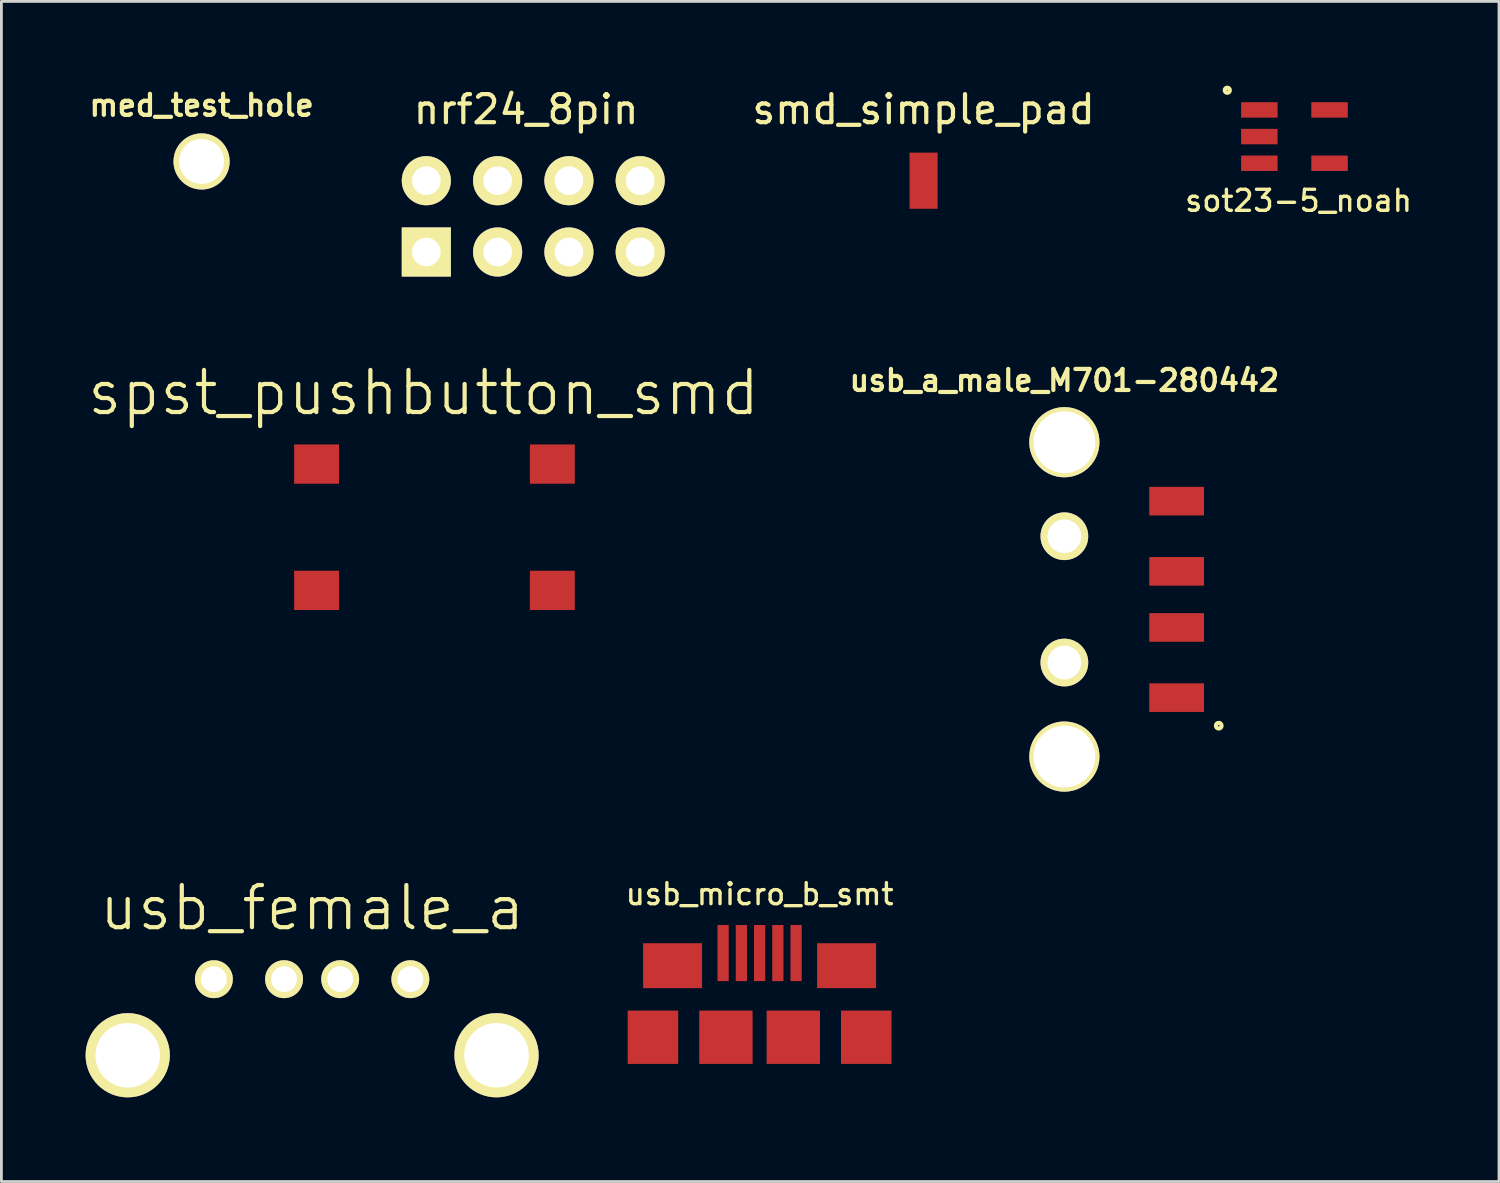
<source format=kicad_pcb>
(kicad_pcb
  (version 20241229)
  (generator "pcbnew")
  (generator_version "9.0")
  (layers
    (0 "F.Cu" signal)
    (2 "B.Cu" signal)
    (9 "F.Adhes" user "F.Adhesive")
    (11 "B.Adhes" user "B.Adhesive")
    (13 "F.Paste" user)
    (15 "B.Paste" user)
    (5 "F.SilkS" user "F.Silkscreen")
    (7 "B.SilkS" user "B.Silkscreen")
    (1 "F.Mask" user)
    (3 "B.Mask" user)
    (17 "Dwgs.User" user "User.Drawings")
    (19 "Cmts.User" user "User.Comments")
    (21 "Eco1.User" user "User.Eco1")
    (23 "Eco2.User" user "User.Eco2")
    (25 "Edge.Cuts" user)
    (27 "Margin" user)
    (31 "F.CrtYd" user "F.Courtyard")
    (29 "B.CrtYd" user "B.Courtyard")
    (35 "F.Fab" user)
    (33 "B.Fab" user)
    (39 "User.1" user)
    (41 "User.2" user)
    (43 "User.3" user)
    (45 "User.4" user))
  (footprint "usb_micro_b_smt"
    (layer "F.Cu")
    (at 24.013 33.905)
    (property "Reference" "usb_micro_b_smt" (at 0 -5.1 0) (layer "F.SilkS") (effects (font (size 0.75 0.75) (thickness 0.12))))
    (attr through_hole)
    (pad "1" smd rect (at -1.3 -3) (size 0.4 2) (layers "F.Cu" "F.Mask" "F.Paste"))
    (pad "2" smd rect (at -0.65 -3) (size 0.4 2) (layers "F.Cu" "F.Mask" "F.Paste"))
    (pad "3" smd rect (at 0 -3) (size 0.4 2) (layers "F.Cu" "F.Mask" "F.Paste"))
    (pad "4" smd rect (at 0.65 -3) (size 0.4 2) (layers "F.Cu" "F.Mask" "F.Paste"))
    (pad "5" smd rect (at 1.3 -3) (size 0.4 2) (layers "F.Cu" "F.Mask" "F.Paste"))
    (pad "6" smd rect (at -3.8 0) (size 1.8 1.9) (layers "F.Cu" "F.Mask" "F.Paste"))
    (pad "6" smd rect (at -3.1 -2.55) (size 2.1 1.6) (layers "F.Cu" "F.Mask" "F.Paste"))
    (pad "6" smd rect (at -1.2 0) (size 1.9 1.9) (layers "F.Cu" "F.Mask" "F.Paste"))
    (pad "6" smd rect (at 1.2 0) (size 1.9 1.9) (layers "F.Cu" "F.Mask" "F.Paste"))
    (pad "6" smd rect (at 3.1 -2.55) (size 2.1 1.6) (layers "F.Cu" "F.Mask" "F.Paste"))
    (pad "6" smd rect (at 3.8 0) (size 1.8 1.9) (layers "F.Cu" "F.Mask" "F.Paste")))
  (footprint "med_test_hole"
    (layer "F.Cu")
    (at 4.132 2.702)
    (property "Reference" "med_test_hole" (at 0 -2 0) (layer "F.SilkS") (effects (font (size 0.75 0.75) (thickness 0.15))))
    (attr through_hole)
    (pad "1" thru_hole circle (at 0 0) (size 2 2) (drill 1.6) (layers "*.Cu" "*.Mask" "F.SilkS")))
  (footprint "sot23-5_noah"
    (layer "F.Cu")
    (at 41.818 1.816)
    (property "Reference" "sot23-5_noah" (at 1.397 2.286 0) (layer "F.SilkS") (effects (font (size 0.75 0.75) (thickness 0.12))))
    (attr through_hole)
    (fp_circle (center -1.143 -1.651) (end -1.079 -1.587) (stroke (width 0.15) (type solid)) (fill no) (layer "F.SilkS"))
    (pad "1" smd rect (at 0 -0.95) (size 1.3 0.55) (layers "F.Cu" "F.Mask" "F.Paste"))
    (pad "2" smd rect (at 0 0) (size 1.3 0.55) (layers "F.Cu" "F.Mask" "F.Paste"))
    (pad "3" smd rect (at 0 0.95) (size 1.3 0.55) (layers "F.Cu" "F.Mask" "F.Paste"))
    (pad "4" smd rect (at 2.5 0.95) (size 1.3 0.55) (layers "F.Cu" "F.Mask" "F.Paste"))
    (pad "5" smd rect (at 2.5 -0.95) (size 1.3 0.55) (layers "F.Cu" "F.Mask" "F.Paste")))
  (footprint "spst_pushbutton_smd"
    (layer "F.Cu")
    (at 8.229 13.484)
    (property "Reference" "spst_pushbutton_smd" (at 3.81 -2.54 0) (layer "F.SilkS") (effects (font (size 1.5 1.5) (thickness 0.15))))
    (attr through_hole)
    (pad "1" smd rect (at 0 0) (size 1.6 1.4) (layers "F.Cu" "F.Mask" "F.Paste"))
    (pad "1" smd rect (at 8.4 0) (size 1.6 1.4) (layers "F.Cu" "F.Mask" "F.Paste"))
    (pad "2" smd rect (at 0 4.5) (size 1.6 1.4) (layers "F.Cu" "F.Mask" "F.Paste"))
    (pad "2" smd rect (at 8.4 4.5) (size 1.6 1.4) (layers "F.Cu" "F.Mask" "F.Paste")))
  (footprint "usb_a_male_M701-280442"
    (layer "F.Cu")
    (at 34.871 18.305)
    (property "Reference" "usb_a_male_M701-280442" (at 0 -7.8 0) (layer "F.SilkS") (effects (font (size 0.75 0.75) (thickness 0.15))))
    (attr through_hole)
    (fp_circle (center 5.5 4.5) (end 5.5 4.6) (stroke (width 0.15) (type solid)) (fill no) (layer "F.SilkS"))
    (pad "1" smd rect (at 4 3.5) (size 1.95 1.02) (layers "F.Cu" "F.Mask" "F.Paste"))
    (pad "2" smd rect (at 4 1) (size 1.95 1.02) (layers "F.Cu" "F.Mask" "F.Paste"))
    (pad "3" smd rect (at 4 -1) (size 1.95 1.02) (layers "F.Cu" "F.Mask" "F.Paste"))
    (pad "4" smd rect (at 4 -3.5) (size 1.95 1.02) (layers "F.Cu" "F.Mask" "F.Paste"))
    (pad "5" thru_hole circle (at 0 -5.6) (size 2.5 2.5) (drill 2.2) (layers "*.Cu" "*.Mask" "F.SilkS"))
    (pad "5" thru_hole circle (at 0 -2.25) (size 1.7 1.7) (drill 1.2) (layers "*.Cu" "*.Mask" "F.SilkS"))
    (pad "5" thru_hole circle (at 0 2.25) (size 1.7 1.7) (drill 1.2) (layers "*.Cu" "*.Mask" "F.SilkS"))
    (pad "5" thru_hole circle (at 0 5.6) (size 2.5 2.5) (drill 2.2) (layers "*.Cu" "*.Mask" "F.SilkS")))
  (footprint "usb_female_a"
    (layer "F.Cu")
    (at 8.07 31.836)
    (property "Reference" "usb_female_a" (at 0 -2.54 0) (layer "F.SilkS") (effects (font (size 1.5 1.5) (thickness 0.15))))
    (attr through_hole)
    (pad "1" thru_hole circle (at -3.5 0) (size 1.35 1.35) (drill 0.92) (layers "*.Cu" "*.Mask" "F.SilkS"))
    (pad "2" thru_hole circle (at -1 0) (size 1.35 1.35) (drill 0.92) (layers "*.Cu" "*.Mask" "F.SilkS"))
    (pad "3" thru_hole circle (at 1 0) (size 1.35 1.35) (drill 0.92) (layers "*.Cu" "*.Mask" "F.SilkS"))
    (pad "4" thru_hole circle (at -6.57 2.71) (size 3 3) (drill 2.3) (layers "*.Cu" "*.Mask" "F.SilkS"))
    (pad "4" thru_hole circle (at 3.5 0) (size 1.35 1.35) (drill 0.92) (layers "*.Cu" "*.Mask" "F.SilkS"))
    (pad "4" thru_hole circle (at 6.57 2.71) (size 3 3) (drill 2.3) (layers "*.Cu" "*.Mask" "F.SilkS")))
  (footprint "nrf24_8pin"
    (layer "F.Cu")
    (at 12.139 5.928)
    (property "Reference" "nrf24_8pin" (at 3.556 -5.08 0) (layer "F.SilkS") (effects (font (size 1 1) (thickness 0.15))))
    (attr through_hole)
    (pad "1" thru_hole rect (at 0 0) (size 1.75 1.75) (drill 1.02) (layers "*.Cu" "*.Mask" "F.SilkS"))
    (pad "2" thru_hole circle (at 0 -2.54) (size 1.75 1.75) (drill 1.02) (layers "*.Cu" "*.Mask" "F.SilkS"))
    (pad "3" thru_hole circle (at 2.54 0) (size 1.75 1.75) (drill 1.02) (layers "*.Cu" "*.Mask" "F.SilkS"))
    (pad "4" thru_hole circle (at 2.54 -2.54) (size 1.75 1.75) (drill 1.02) (layers "*.Cu" "*.Mask" "F.SilkS"))
    (pad "5" thru_hole circle (at 5.08 0) (size 1.75 1.75) (drill 1.02) (layers "*.Cu" "*.Mask" "F.SilkS"))
    (pad "6" thru_hole circle (at 5.08 -2.54) (size 1.75 1.75) (drill 1.02) (layers "*.Cu" "*.Mask" "F.SilkS"))
    (pad "7" thru_hole circle (at 7.62 0) (size 1.75 1.75) (drill 1.02) (layers "*.Cu" "*.Mask" "F.SilkS"))
    (pad "8" thru_hole circle (at 7.62 -2.54) (size 1.75 1.75) (drill 1.02) (layers "*.Cu" "*.Mask" "F.SilkS")))
  (footprint "smd_simple_pad"
    (layer "F.Cu")
    (at 29.855 3.388)
    (property "Reference" "smd_simple_pad" (at 0 -2.54 0) (layer "F.SilkS") (effects (font (size 1 1) (thickness 0.15))))
    (attr through_hole)
    (pad "1" smd rect (at 0 0) (size 1 2) (layers "F.Cu" "F.Mask" "F.Paste")))
  (gr_rect
    (start -3 -3)
    (end 50.356 39.046)
    (stroke (width 0.1) (type default))
    (fill no)
    (layer "Edge.Cuts")))
</source>
